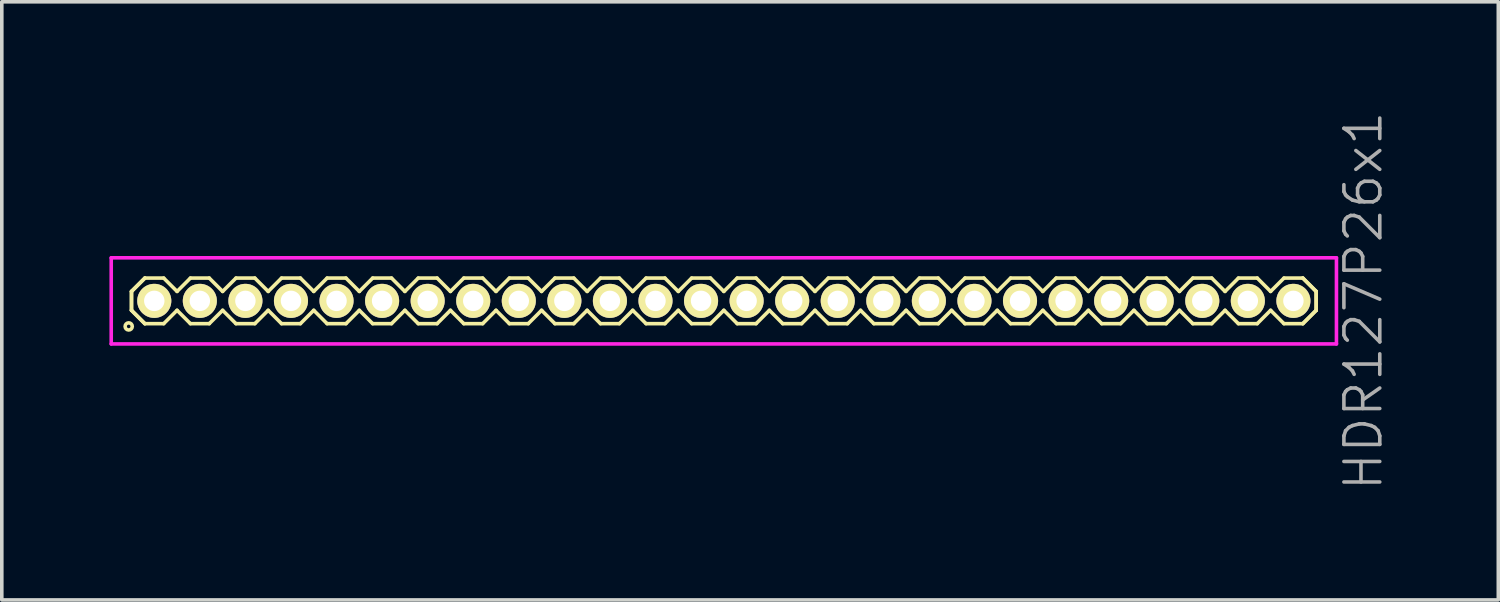
<source format=kicad_pcb>
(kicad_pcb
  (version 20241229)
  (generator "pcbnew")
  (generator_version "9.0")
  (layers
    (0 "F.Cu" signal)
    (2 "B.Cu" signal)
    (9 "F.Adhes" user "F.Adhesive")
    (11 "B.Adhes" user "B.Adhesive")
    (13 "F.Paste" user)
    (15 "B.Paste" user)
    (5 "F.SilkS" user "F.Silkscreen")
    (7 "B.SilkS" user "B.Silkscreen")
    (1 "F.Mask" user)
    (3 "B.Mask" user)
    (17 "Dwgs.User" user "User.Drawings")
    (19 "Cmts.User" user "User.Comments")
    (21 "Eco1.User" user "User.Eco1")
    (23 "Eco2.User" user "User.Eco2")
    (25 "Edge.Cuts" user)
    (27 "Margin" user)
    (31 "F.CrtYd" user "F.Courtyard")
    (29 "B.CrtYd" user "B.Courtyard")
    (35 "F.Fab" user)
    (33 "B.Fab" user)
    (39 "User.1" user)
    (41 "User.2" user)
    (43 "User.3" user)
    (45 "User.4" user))
  (footprint "HDR127P26x1"
    (layer "F.Cu")
    (at 17.125 5.336)
    (property "Reference" "HDR127P26x1" (at 17.825 0 90) (layer "F.Fab") (effects (font (size 1 1) (thickness 0.1))))
    (attr through_hole)
    (fp_line (start -16.51 -0.263) (end -16.138 -0.635) (stroke (width 0.1) (type solid)) (layer "F.SilkS"))
    (fp_line (start -16.51 -0.263) (end -16.138 -0.635) (stroke (width 0.1) (type solid)) (layer "F.SilkS"))
    (fp_line (start -16.51 0.263) (end -16.51 -0.263) (stroke (width 0.1) (type solid)) (layer "F.SilkS"))
    (fp_line (start -16.51 0.263) (end -16.51 -0.263) (stroke (width 0.1) (type solid)) (layer "F.SilkS"))
    (fp_line (start -16.138 -0.635) (end -15.612 -0.635) (stroke (width 0.1) (type solid)) (layer "F.SilkS"))
    (fp_line (start -16.138 0.635) (end -16.51 0.263) (stroke (width 0.1) (type solid)) (layer "F.SilkS"))
    (fp_line (start -16.138 0.635) (end -16.51 0.263) (stroke (width 0.1) (type solid)) (layer "F.SilkS"))
    (fp_line (start -15.612 -0.635) (end -15.24 -0.263) (stroke (width 0.1) (type solid)) (layer "F.SilkS"))
    (fp_line (start -15.612 0.635) (end -16.138 0.635) (stroke (width 0.1) (type solid)) (layer "F.SilkS"))
    (fp_line (start -15.24 -0.263) (end -14.868 -0.635) (stroke (width 0.1) (type solid)) (layer "F.SilkS"))
    (fp_line (start -15.24 0.263) (end -15.612 0.635) (stroke (width 0.1) (type solid)) (layer "F.SilkS"))
    (fp_line (start -14.868 -0.635) (end -14.342 -0.635) (stroke (width 0.1) (type solid)) (layer "F.SilkS"))
    (fp_line (start -14.868 0.635) (end -15.24 0.263) (stroke (width 0.1) (type solid)) (layer "F.SilkS"))
    (fp_line (start -14.342 -0.635) (end -13.97 -0.263) (stroke (width 0.1) (type solid)) (layer "F.SilkS"))
    (fp_line (start -14.342 0.635) (end -14.868 0.635) (stroke (width 0.1) (type solid)) (layer "F.SilkS"))
    (fp_line (start -13.97 -0.263) (end -13.598 -0.635) (stroke (width 0.1) (type solid)) (layer "F.SilkS"))
    (fp_line (start -13.97 0.263) (end -14.342 0.635) (stroke (width 0.1) (type solid)) (layer "F.SilkS"))
    (fp_line (start -13.598 -0.635) (end -13.072 -0.635) (stroke (width 0.1) (type solid)) (layer "F.SilkS"))
    (fp_line (start -13.598 0.635) (end -13.97 0.263) (stroke (width 0.1) (type solid)) (layer "F.SilkS"))
    (fp_line (start -13.072 -0.635) (end -12.7 -0.263) (stroke (width 0.1) (type solid)) (layer "F.SilkS"))
    (fp_line (start -13.072 0.635) (end -13.598 0.635) (stroke (width 0.1) (type solid)) (layer "F.SilkS"))
    (fp_line (start -12.7 -0.263) (end -12.328 -0.635) (stroke (width 0.1) (type solid)) (layer "F.SilkS"))
    (fp_line (start -12.7 0.263) (end -13.072 0.635) (stroke (width 0.1) (type solid)) (layer "F.SilkS"))
    (fp_line (start -12.328 -0.635) (end -11.802 -0.635) (stroke (width 0.1) (type solid)) (layer "F.SilkS"))
    (fp_line (start -12.328 0.635) (end -12.7 0.263) (stroke (width 0.1) (type solid)) (layer "F.SilkS"))
    (fp_line (start -11.802 -0.635) (end -11.43 -0.263) (stroke (width 0.1) (type solid)) (layer "F.SilkS"))
    (fp_line (start -11.802 0.635) (end -12.328 0.635) (stroke (width 0.1) (type solid)) (layer "F.SilkS"))
    (fp_line (start -11.43 -0.263) (end -11.058 -0.635) (stroke (width 0.1) (type solid)) (layer "F.SilkS"))
    (fp_line (start -11.43 0.263) (end -11.802 0.635) (stroke (width 0.1) (type solid)) (layer "F.SilkS"))
    (fp_line (start -11.058 -0.635) (end -10.532 -0.635) (stroke (width 0.1) (type solid)) (layer "F.SilkS"))
    (fp_line (start -11.058 0.635) (end -11.43 0.263) (stroke (width 0.1) (type solid)) (layer "F.SilkS"))
    (fp_line (start -10.532 -0.635) (end -10.16 -0.263) (stroke (width 0.1) (type solid)) (layer "F.SilkS"))
    (fp_line (start -10.532 0.635) (end -11.058 0.635) (stroke (width 0.1) (type solid)) (layer "F.SilkS"))
    (fp_line (start -10.16 -0.263) (end -9.788 -0.635) (stroke (width 0.1) (type solid)) (layer "F.SilkS"))
    (fp_line (start -10.16 0.263) (end -10.532 0.635) (stroke (width 0.1) (type solid)) (layer "F.SilkS"))
    (fp_line (start -9.788 -0.635) (end -9.262 -0.635) (stroke (width 0.1) (type solid)) (layer "F.SilkS"))
    (fp_line (start -9.788 0.635) (end -10.16 0.263) (stroke (width 0.1) (type solid)) (layer "F.SilkS"))
    (fp_line (start -9.262 -0.635) (end -8.89 -0.263) (stroke (width 0.1) (type solid)) (layer "F.SilkS"))
    (fp_line (start -9.262 0.635) (end -9.788 0.635) (stroke (width 0.1) (type solid)) (layer "F.SilkS"))
    (fp_line (start -8.89 -0.263) (end -8.518 -0.635) (stroke (width 0.1) (type solid)) (layer "F.SilkS"))
    (fp_line (start -8.89 0.263) (end -9.262 0.635) (stroke (width 0.1) (type solid)) (layer "F.SilkS"))
    (fp_line (start -8.518 -0.635) (end -7.992 -0.635) (stroke (width 0.1) (type solid)) (layer "F.SilkS"))
    (fp_line (start -8.518 0.635) (end -8.89 0.263) (stroke (width 0.1) (type solid)) (layer "F.SilkS"))
    (fp_line (start -7.992 -0.635) (end -7.62 -0.263) (stroke (width 0.1) (type solid)) (layer "F.SilkS"))
    (fp_line (start -7.992 0.635) (end -8.518 0.635) (stroke (width 0.1) (type solid)) (layer "F.SilkS"))
    (fp_line (start -7.62 -0.263) (end -7.248 -0.635) (stroke (width 0.1) (type solid)) (layer "F.SilkS"))
    (fp_line (start -7.62 0.263) (end -7.992 0.635) (stroke (width 0.1) (type solid)) (layer "F.SilkS"))
    (fp_line (start -7.248 -0.635) (end -6.722 -0.635) (stroke (width 0.1) (type solid)) (layer "F.SilkS"))
    (fp_line (start -7.248 0.635) (end -7.62 0.263) (stroke (width 0.1) (type solid)) (layer "F.SilkS"))
    (fp_line (start -6.722 -0.635) (end -6.35 -0.263) (stroke (width 0.1) (type solid)) (layer "F.SilkS"))
    (fp_line (start -6.722 0.635) (end -7.248 0.635) (stroke (width 0.1) (type solid)) (layer "F.SilkS"))
    (fp_line (start -6.35 -0.263) (end -5.978 -0.635) (stroke (width 0.1) (type solid)) (layer "F.SilkS"))
    (fp_line (start -6.35 0.263) (end -6.722 0.635) (stroke (width 0.1) (type solid)) (layer "F.SilkS"))
    (fp_line (start -5.978 -0.635) (end -5.452 -0.635) (stroke (width 0.1) (type solid)) (layer "F.SilkS"))
    (fp_line (start -5.978 0.635) (end -6.35 0.263) (stroke (width 0.1) (type solid)) (layer "F.SilkS"))
    (fp_line (start -5.452 -0.635) (end -5.08 -0.263) (stroke (width 0.1) (type solid)) (layer "F.SilkS"))
    (fp_line (start -5.452 0.635) (end -5.978 0.635) (stroke (width 0.1) (type solid)) (layer "F.SilkS"))
    (fp_line (start -5.08 -0.263) (end -4.708 -0.635) (stroke (width 0.1) (type solid)) (layer "F.SilkS"))
    (fp_line (start -5.08 0.263) (end -5.452 0.635) (stroke (width 0.1) (type solid)) (layer "F.SilkS"))
    (fp_line (start -4.708 -0.635) (end -4.182 -0.635) (stroke (width 0.1) (type solid)) (layer "F.SilkS"))
    (fp_line (start -4.708 0.635) (end -5.08 0.263) (stroke (width 0.1) (type solid)) (layer "F.SilkS"))
    (fp_line (start -4.182 -0.635) (end -3.81 -0.263) (stroke (width 0.1) (type solid)) (layer "F.SilkS"))
    (fp_line (start -4.182 0.635) (end -4.708 0.635) (stroke (width 0.1) (type solid)) (layer "F.SilkS"))
    (fp_line (start -3.81 -0.263) (end -3.438 -0.635) (stroke (width 0.1) (type solid)) (layer "F.SilkS"))
    (fp_line (start -3.81 0.263) (end -4.182 0.635) (stroke (width 0.1) (type solid)) (layer "F.SilkS"))
    (fp_line (start -3.438 -0.635) (end -2.912 -0.635) (stroke (width 0.1) (type solid)) (layer "F.SilkS"))
    (fp_line (start -3.438 0.635) (end -3.81 0.263) (stroke (width 0.1) (type solid)) (layer "F.SilkS"))
    (fp_line (start -2.912 -0.635) (end -2.54 -0.263) (stroke (width 0.1) (type solid)) (layer "F.SilkS"))
    (fp_line (start -2.912 0.635) (end -3.438 0.635) (stroke (width 0.1) (type solid)) (layer "F.SilkS"))
    (fp_line (start -2.54 -0.263) (end -2.168 -0.635) (stroke (width 0.1) (type solid)) (layer "F.SilkS"))
    (fp_line (start -2.54 0.263) (end -2.912 0.635) (stroke (width 0.1) (type solid)) (layer "F.SilkS"))
    (fp_line (start -2.168 -0.635) (end -1.642 -0.635) (stroke (width 0.1) (type solid)) (layer "F.SilkS"))
    (fp_line (start -2.168 0.635) (end -2.54 0.263) (stroke (width 0.1) (type solid)) (layer "F.SilkS"))
    (fp_line (start -1.642 -0.635) (end -1.27 -0.263) (stroke (width 0.1) (type solid)) (layer "F.SilkS"))
    (fp_line (start -1.642 0.635) (end -2.168 0.635) (stroke (width 0.1) (type solid)) (layer "F.SilkS"))
    (fp_line (start -1.27 -0.263) (end -0.898 -0.635) (stroke (width 0.1) (type solid)) (layer "F.SilkS"))
    (fp_line (start -1.27 0.263) (end -1.642 0.635) (stroke (width 0.1) (type solid)) (layer "F.SilkS"))
    (fp_line (start -0.898 -0.635) (end -0.372 -0.635) (stroke (width 0.1) (type solid)) (layer "F.SilkS"))
    (fp_line (start -0.898 0.635) (end -1.27 0.263) (stroke (width 0.1) (type solid)) (layer "F.SilkS"))
    (fp_line (start -0.372 -0.635) (end 0 -0.263) (stroke (width 0.1) (type solid)) (layer "F.SilkS"))
    (fp_line (start -0.372 0.635) (end -0.898 0.635) (stroke (width 0.1) (type solid)) (layer "F.SilkS"))
    (fp_line (start 0 -0.263) (end 0.372 -0.635) (stroke (width 0.1) (type solid)) (layer "F.SilkS"))
    (fp_line (start 0 0.263) (end -0.372 0.635) (stroke (width 0.1) (type solid)) (layer "F.SilkS"))
    (fp_line (start 0.372 -0.635) (end 0.898 -0.635) (stroke (width 0.1) (type solid)) (layer "F.SilkS"))
    (fp_line (start 0.372 0.635) (end 0 0.263) (stroke (width 0.1) (type solid)) (layer "F.SilkS"))
    (fp_line (start 0.898 -0.635) (end 1.27 -0.263) (stroke (width 0.1) (type solid)) (layer "F.SilkS"))
    (fp_line (start 0.898 0.635) (end 0.372 0.635) (stroke (width 0.1) (type solid)) (layer "F.SilkS"))
    (fp_line (start 1.27 -0.263) (end 1.642 -0.635) (stroke (width 0.1) (type solid)) (layer "F.SilkS"))
    (fp_line (start 1.27 0.263) (end 0.898 0.635) (stroke (width 0.1) (type solid)) (layer "F.SilkS"))
    (fp_line (start 1.642 -0.635) (end 2.168 -0.635) (stroke (width 0.1) (type solid)) (layer "F.SilkS"))
    (fp_line (start 1.642 0.635) (end 1.27 0.263) (stroke (width 0.1) (type solid)) (layer "F.SilkS"))
    (fp_line (start 2.168 -0.635) (end 2.54 -0.263) (stroke (width 0.1) (type solid)) (layer "F.SilkS"))
    (fp_line (start 2.168 0.635) (end 1.642 0.635) (stroke (width 0.1) (type solid)) (layer "F.SilkS"))
    (fp_line (start 2.54 -0.263) (end 2.912 -0.635) (stroke (width 0.1) (type solid)) (layer "F.SilkS"))
    (fp_line (start 2.54 0.263) (end 2.168 0.635) (stroke (width 0.1) (type solid)) (layer "F.SilkS"))
    (fp_line (start 2.912 -0.635) (end 3.438 -0.635) (stroke (width 0.1) (type solid)) (layer "F.SilkS"))
    (fp_line (start 2.912 0.635) (end 2.54 0.263) (stroke (width 0.1) (type solid)) (layer "F.SilkS"))
    (fp_line (start 3.438 -0.635) (end 3.81 -0.263) (stroke (width 0.1) (type solid)) (layer "F.SilkS"))
    (fp_line (start 3.438 0.635) (end 2.912 0.635) (stroke (width 0.1) (type solid)) (layer "F.SilkS"))
    (fp_line (start 3.81 -0.263) (end 4.182 -0.635) (stroke (width 0.1) (type solid)) (layer "F.SilkS"))
    (fp_line (start 3.81 0.263) (end 3.438 0.635) (stroke (width 0.1) (type solid)) (layer "F.SilkS"))
    (fp_line (start 4.182 -0.635) (end 4.708 -0.635) (stroke (width 0.1) (type solid)) (layer "F.SilkS"))
    (fp_line (start 4.182 0.635) (end 3.81 0.263) (stroke (width 0.1) (type solid)) (layer "F.SilkS"))
    (fp_line (start 4.708 -0.635) (end 5.08 -0.263) (stroke (width 0.1) (type solid)) (layer "F.SilkS"))
    (fp_line (start 4.708 0.635) (end 4.182 0.635) (stroke (width 0.1) (type solid)) (layer "F.SilkS"))
    (fp_line (start 5.08 -0.263) (end 5.452 -0.635) (stroke (width 0.1) (type solid)) (layer "F.SilkS"))
    (fp_line (start 5.08 0.263) (end 4.708 0.635) (stroke (width 0.1) (type solid)) (layer "F.SilkS"))
    (fp_line (start 5.452 -0.635) (end 5.978 -0.635) (stroke (width 0.1) (type solid)) (layer "F.SilkS"))
    (fp_line (start 5.452 0.635) (end 5.08 0.263) (stroke (width 0.1) (type solid)) (layer "F.SilkS"))
    (fp_line (start 5.978 -0.635) (end 6.35 -0.263) (stroke (width 0.1) (type solid)) (layer "F.SilkS"))
    (fp_line (start 5.978 0.635) (end 5.452 0.635) (stroke (width 0.1) (type solid)) (layer "F.SilkS"))
    (fp_line (start 6.35 -0.263) (end 6.722 -0.635) (stroke (width 0.1) (type solid)) (layer "F.SilkS"))
    (fp_line (start 6.35 0.263) (end 5.978 0.635) (stroke (width 0.1) (type solid)) (layer "F.SilkS"))
    (fp_line (start 6.722 -0.635) (end 7.248 -0.635) (stroke (width 0.1) (type solid)) (layer "F.SilkS"))
    (fp_line (start 6.722 0.635) (end 6.35 0.263) (stroke (width 0.1) (type solid)) (layer "F.SilkS"))
    (fp_line (start 7.248 -0.635) (end 7.62 -0.263) (stroke (width 0.1) (type solid)) (layer "F.SilkS"))
    (fp_line (start 7.248 0.635) (end 6.722 0.635) (stroke (width 0.1) (type solid)) (layer "F.SilkS"))
    (fp_line (start 7.62 -0.263) (end 7.992 -0.635) (stroke (width 0.1) (type solid)) (layer "F.SilkS"))
    (fp_line (start 7.62 0.263) (end 7.248 0.635) (stroke (width 0.1) (type solid)) (layer "F.SilkS"))
    (fp_line (start 7.992 -0.635) (end 8.518 -0.635) (stroke (width 0.1) (type solid)) (layer "F.SilkS"))
    (fp_line (start 7.992 0.635) (end 7.62 0.263) (stroke (width 0.1) (type solid)) (layer "F.SilkS"))
    (fp_line (start 8.518 -0.635) (end 8.89 -0.263) (stroke (width 0.1) (type solid)) (layer "F.SilkS"))
    (fp_line (start 8.518 0.635) (end 7.992 0.635) (stroke (width 0.1) (type solid)) (layer "F.SilkS"))
    (fp_line (start 8.89 -0.263) (end 9.262 -0.635) (stroke (width 0.1) (type solid)) (layer "F.SilkS"))
    (fp_line (start 8.89 0.263) (end 8.518 0.635) (stroke (width 0.1) (type solid)) (layer "F.SilkS"))
    (fp_line (start 9.262 -0.635) (end 9.788 -0.635) (stroke (width 0.1) (type solid)) (layer "F.SilkS"))
    (fp_line (start 9.262 0.635) (end 8.89 0.263) (stroke (width 0.1) (type solid)) (layer "F.SilkS"))
    (fp_line (start 9.788 -0.635) (end 10.16 -0.263) (stroke (width 0.1) (type solid)) (layer "F.SilkS"))
    (fp_line (start 9.788 0.635) (end 9.262 0.635) (stroke (width 0.1) (type solid)) (layer "F.SilkS"))
    (fp_line (start 10.16 -0.263) (end 10.532 -0.635) (stroke (width 0.1) (type solid)) (layer "F.SilkS"))
    (fp_line (start 10.16 0.263) (end 9.788 0.635) (stroke (width 0.1) (type solid)) (layer "F.SilkS"))
    (fp_line (start 10.532 -0.635) (end 11.058 -0.635) (stroke (width 0.1) (type solid)) (layer "F.SilkS"))
    (fp_line (start 10.532 0.635) (end 10.16 0.263) (stroke (width 0.1) (type solid)) (layer "F.SilkS"))
    (fp_line (start 11.058 -0.635) (end 11.43 -0.263) (stroke (width 0.1) (type solid)) (layer "F.SilkS"))
    (fp_line (start 11.058 0.635) (end 10.532 0.635) (stroke (width 0.1) (type solid)) (layer "F.SilkS"))
    (fp_line (start 11.43 -0.263) (end 11.802 -0.635) (stroke (width 0.1) (type solid)) (layer "F.SilkS"))
    (fp_line (start 11.43 0.263) (end 11.058 0.635) (stroke (width 0.1) (type solid)) (layer "F.SilkS"))
    (fp_line (start 11.802 -0.635) (end 12.328 -0.635) (stroke (width 0.1) (type solid)) (layer "F.SilkS"))
    (fp_line (start 11.802 0.635) (end 11.43 0.263) (stroke (width 0.1) (type solid)) (layer "F.SilkS"))
    (fp_line (start 12.328 -0.635) (end 12.7 -0.263) (stroke (width 0.1) (type solid)) (layer "F.SilkS"))
    (fp_line (start 12.328 0.635) (end 11.802 0.635) (stroke (width 0.1) (type solid)) (layer "F.SilkS"))
    (fp_line (start 12.7 -0.263) (end 13.072 -0.635) (stroke (width 0.1) (type solid)) (layer "F.SilkS"))
    (fp_line (start 12.7 0.263) (end 12.328 0.635) (stroke (width 0.1) (type solid)) (layer "F.SilkS"))
    (fp_line (start 13.072 -0.635) (end 13.598 -0.635) (stroke (width 0.1) (type solid)) (layer "F.SilkS"))
    (fp_line (start 13.072 0.635) (end 12.7 0.263) (stroke (width 0.1) (type solid)) (layer "F.SilkS"))
    (fp_line (start 13.598 -0.635) (end 13.97 -0.263) (stroke (width 0.1) (type solid)) (layer "F.SilkS"))
    (fp_line (start 13.598 0.635) (end 13.072 0.635) (stroke (width 0.1) (type solid)) (layer "F.SilkS"))
    (fp_line (start 13.97 -0.263) (end 14.342 -0.635) (stroke (width 0.1) (type solid)) (layer "F.SilkS"))
    (fp_line (start 13.97 0.263) (end 13.598 0.635) (stroke (width 0.1) (type solid)) (layer "F.SilkS"))
    (fp_line (start 14.342 -0.635) (end 14.868 -0.635) (stroke (width 0.1) (type solid)) (layer "F.SilkS"))
    (fp_line (start 14.342 0.635) (end 13.97 0.263) (stroke (width 0.1) (type solid)) (layer "F.SilkS"))
    (fp_line (start 14.868 -0.635) (end 15.24 -0.263) (stroke (width 0.1) (type solid)) (layer "F.SilkS"))
    (fp_line (start 14.868 0.635) (end 14.342 0.635) (stroke (width 0.1) (type solid)) (layer "F.SilkS"))
    (fp_line (start 15.24 -0.263) (end 15.612 -0.635) (stroke (width 0.1) (type solid)) (layer "F.SilkS"))
    (fp_line (start 15.24 0.263) (end 14.868 0.635) (stroke (width 0.1) (type solid)) (layer "F.SilkS"))
    (fp_line (start 15.612 -0.635) (end 16.138 -0.635) (stroke (width 0.1) (type solid)) (layer "F.SilkS"))
    (fp_line (start 15.612 0.635) (end 15.24 0.263) (stroke (width 0.1) (type solid)) (layer "F.SilkS"))
    (fp_line (start 16.138 -0.635) (end 16.51 -0.263) (stroke (width 0.1) (type solid)) (layer "F.SilkS"))
    (fp_line (start 16.138 -0.635) (end 16.51 -0.263) (stroke (width 0.1) (type solid)) (layer "F.SilkS"))
    (fp_line (start 16.138 0.635) (end 15.612 0.635) (stroke (width 0.1) (type solid)) (layer "F.SilkS"))
    (fp_line (start 16.51 -0.263) (end 16.51 0.263) (stroke (width 0.1) (type solid)) (layer "F.SilkS"))
    (fp_line (start 16.51 -0.263) (end 16.51 0.263) (stroke (width 0.1) (type solid)) (layer "F.SilkS"))
    (fp_line (start 16.51 0.263) (end 16.138 0.635) (stroke (width 0.1) (type solid)) (layer "F.SilkS"))
    (fp_line (start 16.51 0.263) (end 16.138 0.635) (stroke (width 0.1) (type solid)) (layer "F.SilkS"))
    (fp_circle (center -16.588 0.712) (end -16.488 0.712) (stroke (width 0.1) (type solid)) (fill no) (layer "F.SilkS"))
    (fp_line (start -17.075 -1.2) (end -17.075 1.2) (stroke (width 0.1) (type solid)) (layer "F.CrtYd"))
    (fp_line (start -17.075 1.2) (end 17.075 1.2) (stroke (width 0.1) (type solid)) (layer "F.CrtYd"))
    (fp_line (start 17.075 -1.2) (end -17.075 -1.2) (stroke (width 0.1) (type solid)) (layer "F.CrtYd"))
    (fp_line (start 17.075 1.2) (end 17.075 -1.2) (stroke (width 0.1) (type solid)) (layer "F.CrtYd"))
    (pad "1" thru_hole oval (at -15.875 0) (size 0.95 0.95) (drill 0.57) (layers "*.Cu" "*.Mask" "F.SilkS"))
    (pad "2" thru_hole oval (at -14.605 0) (size 0.95 0.95) (drill 0.57) (layers "*.Cu" "*.Mask" "F.SilkS"))
    (pad "3" thru_hole oval (at -13.335 0) (size 0.95 0.95) (drill 0.57) (layers "*.Cu" "*.Mask" "F.SilkS"))
    (pad "4" thru_hole oval (at -12.065 0) (size 0.95 0.95) (drill 0.57) (layers "*.Cu" "*.Mask" "F.SilkS"))
    (pad "5" thru_hole oval (at -10.795 0) (size 0.95 0.95) (drill 0.57) (layers "*.Cu" "*.Mask" "F.SilkS"))
    (pad "6" thru_hole oval (at -9.525 0) (size 0.95 0.95) (drill 0.57) (layers "*.Cu" "*.Mask" "F.SilkS"))
    (pad "7" thru_hole oval (at -8.255 0) (size 0.95 0.95) (drill 0.57) (layers "*.Cu" "*.Mask" "F.SilkS"))
    (pad "8" thru_hole oval (at -6.985 0) (size 0.95 0.95) (drill 0.57) (layers "*.Cu" "*.Mask" "F.SilkS"))
    (pad "9" thru_hole oval (at -5.715 0) (size 0.95 0.95) (drill 0.57) (layers "*.Cu" "*.Mask" "F.SilkS"))
    (pad "10" thru_hole oval (at -4.445 0) (size 0.95 0.95) (drill 0.57) (layers "*.Cu" "*.Mask" "F.SilkS"))
    (pad "11" thru_hole oval (at -3.175 0) (size 0.95 0.95) (drill 0.57) (layers "*.Cu" "*.Mask" "F.SilkS"))
    (pad "12" thru_hole oval (at -1.905 0) (size 0.95 0.95) (drill 0.57) (layers "*.Cu" "*.Mask" "F.SilkS"))
    (pad "13" thru_hole oval (at -0.635 0) (size 0.95 0.95) (drill 0.57) (layers "*.Cu" "*.Mask" "F.SilkS"))
    (pad "14" thru_hole oval (at 0.635 0) (size 0.95 0.95) (drill 0.57) (layers "*.Cu" "*.Mask" "F.SilkS"))
    (pad "15" thru_hole oval (at 1.905 0) (size 0.95 0.95) (drill 0.57) (layers "*.Cu" "*.Mask" "F.SilkS"))
    (pad "16" thru_hole oval (at 3.175 0) (size 0.95 0.95) (drill 0.57) (layers "*.Cu" "*.Mask" "F.SilkS"))
    (pad "17" thru_hole oval (at 4.445 0) (size 0.95 0.95) (drill 0.57) (layers "*.Cu" "*.Mask" "F.SilkS"))
    (pad "18" thru_hole oval (at 5.715 0) (size 0.95 0.95) (drill 0.57) (layers "*.Cu" "*.Mask" "F.SilkS"))
    (pad "19" thru_hole oval (at 6.985 0) (size 0.95 0.95) (drill 0.57) (layers "*.Cu" "*.Mask" "F.SilkS"))
    (pad "20" thru_hole oval (at 8.255 0) (size 0.95 0.95) (drill 0.57) (layers "*.Cu" "*.Mask" "F.SilkS"))
    (pad "21" thru_hole oval (at 9.525 0) (size 0.95 0.95) (drill 0.57) (layers "*.Cu" "*.Mask" "F.SilkS"))
    (pad "22" thru_hole oval (at 10.795 0) (size 0.95 0.95) (drill 0.57) (layers "*.Cu" "*.Mask" "F.SilkS"))
    (pad "23" thru_hole oval (at 12.065 0) (size 0.95 0.95) (drill 0.57) (layers "*.Cu" "*.Mask" "F.SilkS"))
    (pad "24" thru_hole oval (at 13.335 0) (size 0.95 0.95) (drill 0.57) (layers "*.Cu" "*.Mask" "F.SilkS"))
    (pad "25" thru_hole oval (at 14.605 0) (size 0.95 0.95) (drill 0.57) (layers "*.Cu" "*.Mask" "F.SilkS"))
    (pad "26" thru_hole oval (at 15.875 0) (size 0.95 0.95) (drill 0.57) (layers "*.Cu" "*.Mask" "F.SilkS")))
  (gr_rect
    (start -3 -3)
    (end 38.711 13.671)
    (stroke (width 0.1) (type default))
    (fill no)
    (layer "Edge.Cuts")))
</source>
